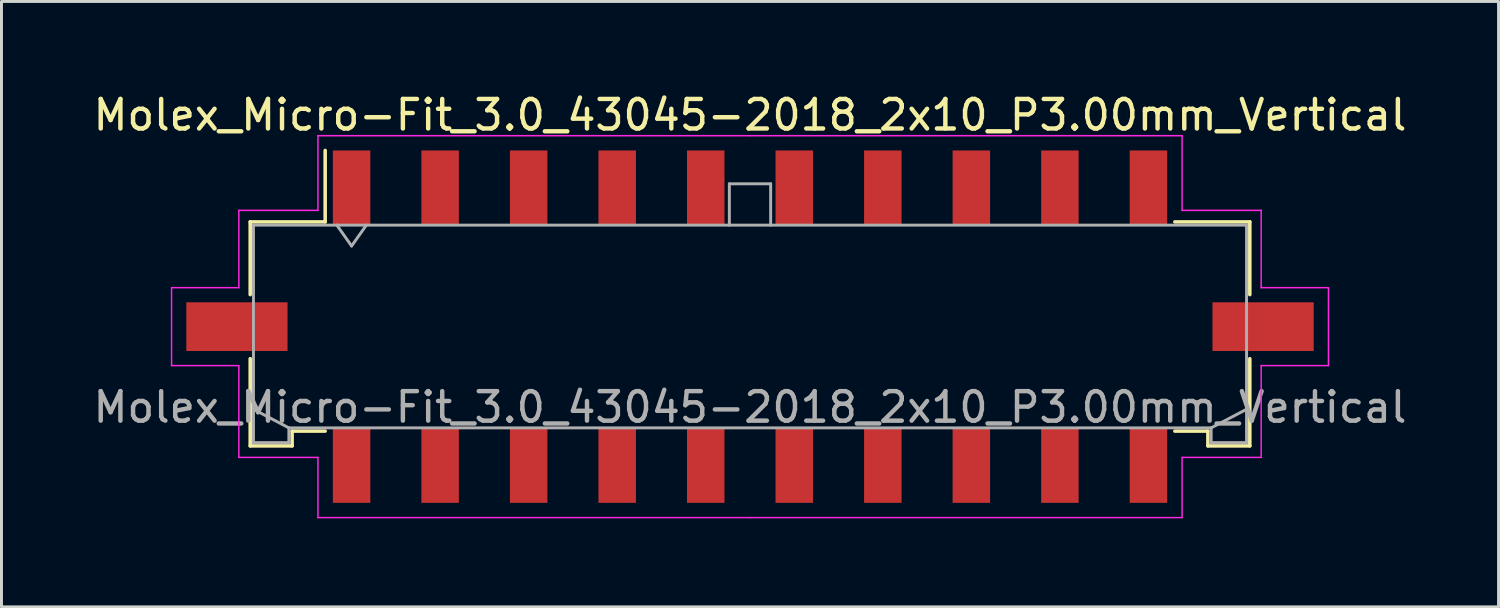
<source format=kicad_pcb>
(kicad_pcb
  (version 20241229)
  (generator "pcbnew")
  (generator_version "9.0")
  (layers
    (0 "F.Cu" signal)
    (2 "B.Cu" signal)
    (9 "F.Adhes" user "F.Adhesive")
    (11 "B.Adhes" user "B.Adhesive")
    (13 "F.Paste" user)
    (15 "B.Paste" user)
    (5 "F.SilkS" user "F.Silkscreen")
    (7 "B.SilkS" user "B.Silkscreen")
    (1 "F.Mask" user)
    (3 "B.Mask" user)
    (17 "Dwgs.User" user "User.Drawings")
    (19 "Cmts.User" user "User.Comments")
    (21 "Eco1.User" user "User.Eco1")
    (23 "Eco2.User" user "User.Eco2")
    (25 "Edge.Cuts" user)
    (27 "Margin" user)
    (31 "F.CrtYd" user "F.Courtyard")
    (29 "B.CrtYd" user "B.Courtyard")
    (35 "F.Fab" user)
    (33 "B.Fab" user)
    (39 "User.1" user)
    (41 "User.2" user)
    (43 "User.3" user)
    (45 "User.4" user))
  (footprint "Molex_Micro-Fit_3.0_43045-2018_2x10_P3.00mm_Vertical"
    (layer "F.Cu")
    (at 22.363 8.018)
    (property "Reference" "Molex_Micro-Fit_3.0_43045-2018_2x10_P3.00mm_Vertical" (at 0 -7.17 0) (layer "F.SilkS") (effects (font (size 1 1) (thickness 0.15))))
    (attr smd)
    (fp_line (start -16.935 -3.55) (end -14.395 -3.55) (stroke (width 0.12) (type solid)) (layer "F.SilkS"))
    (fp_line (start -16.935 -1.085) (end -16.935 -3.55) (stroke (width 0.12) (type solid)) (layer "F.SilkS"))
    (fp_line (start -16.935 1.085) (end -16.935 4.04) (stroke (width 0.12) (type solid)) (layer "F.SilkS"))
    (fp_line (start -16.935 4.04) (end -15.515 4.04) (stroke (width 0.12) (type solid)) (layer "F.SilkS"))
    (fp_line (start -15.515 3.54) (end -14.395 3.54) (stroke (width 0.12) (type solid)) (layer "F.SilkS"))
    (fp_line (start -15.515 4.04) (end -15.515 3.54) (stroke (width 0.12) (type solid)) (layer "F.SilkS"))
    (fp_line (start -14.395 -3.55) (end -14.395 -5.97) (stroke (width 0.12) (type solid)) (layer "F.SilkS"))
    (fp_line (start 15.515 3.54) (end 14.395 3.54) (stroke (width 0.12) (type solid)) (layer "F.SilkS"))
    (fp_line (start 15.515 4.04) (end 15.515 3.54) (stroke (width 0.12) (type solid)) (layer "F.SilkS"))
    (fp_line (start 16.935 -3.55) (end 14.395 -3.55) (stroke (width 0.12) (type solid)) (layer "F.SilkS"))
    (fp_line (start 16.935 -1.085) (end 16.935 -3.55) (stroke (width 0.12) (type solid)) (layer "F.SilkS"))
    (fp_line (start 16.935 1.085) (end 16.935 4.04) (stroke (width 0.12) (type solid)) (layer "F.SilkS"))
    (fp_line (start 16.935 4.04) (end 15.515 4.04) (stroke (width 0.12) (type solid)) (layer "F.SilkS"))
    (fp_line (start -19.6 -1.32) (end -19.6 1.32) (stroke (width 0.05) (type solid)) (layer "F.CrtYd"))
    (fp_line (start -19.6 1.32) (end -17.32 1.32) (stroke (width 0.05) (type solid)) (layer "F.CrtYd"))
    (fp_line (start -17.32 -3.94) (end -17.32 -1.32) (stroke (width 0.05) (type solid)) (layer "F.CrtYd"))
    (fp_line (start -17.32 -1.32) (end -19.6 -1.32) (stroke (width 0.05) (type solid)) (layer "F.CrtYd"))
    (fp_line (start -17.32 1.32) (end -17.32 4.43) (stroke (width 0.05) (type solid)) (layer "F.CrtYd"))
    (fp_line (start -17.32 4.43) (end -14.64 4.43) (stroke (width 0.05) (type solid)) (layer "F.CrtYd"))
    (fp_line (start -14.64 -6.47) (end -14.64 -3.94) (stroke (width 0.05) (type solid)) (layer "F.CrtYd"))
    (fp_line (start -14.64 -3.94) (end -17.32 -3.94) (stroke (width 0.05) (type solid)) (layer "F.CrtYd"))
    (fp_line (start -14.64 4.43) (end -14.64 6.47) (stroke (width 0.05) (type solid)) (layer "F.CrtYd"))
    (fp_line (start -14.64 6.47) (end 0 6.47) (stroke (width 0.05) (type solid)) (layer "F.CrtYd"))
    (fp_line (start 0 -6.47) (end -14.64 -6.47) (stroke (width 0.05) (type solid)) (layer "F.CrtYd"))
    (fp_line (start 0 -6.47) (end 14.64 -6.47) (stroke (width 0.05) (type solid)) (layer "F.CrtYd"))
    (fp_line (start 14.64 -6.47) (end 14.64 -3.94) (stroke (width 0.05) (type solid)) (layer "F.CrtYd"))
    (fp_line (start 14.64 -3.94) (end 17.32 -3.94) (stroke (width 0.05) (type solid)) (layer "F.CrtYd"))
    (fp_line (start 14.64 4.43) (end 14.64 6.47) (stroke (width 0.05) (type solid)) (layer "F.CrtYd"))
    (fp_line (start 14.64 6.47) (end 0 6.47) (stroke (width 0.05) (type solid)) (layer "F.CrtYd"))
    (fp_line (start 17.32 -3.94) (end 17.32 -1.32) (stroke (width 0.05) (type solid)) (layer "F.CrtYd"))
    (fp_line (start 17.32 -1.32) (end 19.6 -1.32) (stroke (width 0.05) (type solid)) (layer "F.CrtYd"))
    (fp_line (start 17.32 1.32) (end 17.32 4.43) (stroke (width 0.05) (type solid)) (layer "F.CrtYd"))
    (fp_line (start 17.32 4.43) (end 14.64 4.43) (stroke (width 0.05) (type solid)) (layer "F.CrtYd"))
    (fp_line (start 19.6 -1.32) (end 19.6 1.32) (stroke (width 0.05) (type solid)) (layer "F.CrtYd"))
    (fp_line (start 19.6 1.32) (end 17.32 1.32) (stroke (width 0.05) (type solid)) (layer "F.CrtYd"))
    (fp_line (start -16.825 -3.44) (end -16.825 3.93) (stroke (width 0.1) (type solid)) (layer "F.Fab"))
    (fp_line (start -16.825 2.8) (end -15.625 3.43) (stroke (width 0.1) (type solid)) (layer "F.Fab"))
    (fp_line (start -16.825 3.93) (end -15.625 3.93) (stroke (width 0.1) (type solid)) (layer "F.Fab"))
    (fp_line (start -15.625 3.43) (end 15.625 3.43) (stroke (width 0.1) (type solid)) (layer "F.Fab"))
    (fp_line (start -15.625 3.93) (end -15.625 3.43) (stroke (width 0.1) (type solid)) (layer "F.Fab"))
    (fp_line (start -14 -3.44) (end -13.5 -2.733) (stroke (width 0.1) (type solid)) (layer "F.Fab"))
    (fp_line (start -13.5 -2.733) (end -13 -3.44) (stroke (width 0.1) (type solid)) (layer "F.Fab"))
    (fp_line (start -0.7 -4.84) (end 0.7 -4.84) (stroke (width 0.1) (type solid)) (layer "F.Fab"))
    (fp_line (start -0.7 -3.44) (end -0.7 -4.84) (stroke (width 0.1) (type solid)) (layer "F.Fab"))
    (fp_line (start 0.7 -4.84) (end 0.7 -3.44) (stroke (width 0.1) (type solid)) (layer "F.Fab"))
    (fp_line (start 15.625 3.43) (end 15.625 3.93) (stroke (width 0.1) (type solid)) (layer "F.Fab"))
    (fp_line (start 15.625 3.93) (end 16.825 3.93) (stroke (width 0.1) (type solid)) (layer "F.Fab"))
    (fp_line (start 16.825 -3.44) (end -16.825 -3.44) (stroke (width 0.1) (type solid)) (layer "F.Fab"))
    (fp_line (start 16.825 2.8) (end 15.625 3.43) (stroke (width 0.1) (type solid)) (layer "F.Fab"))
    (fp_line (start 16.825 3.93) (end 16.825 -3.44) (stroke (width 0.1) (type solid)) (layer "F.Fab"))
    (fp_text user "${REFERENCE}" (at 0 2.73 0) (layer "F.Fab") (effects (font (size 1 1) (thickness 0.15))))
    (pad "" smd rect (at -17.385 0) (size 3.43 1.65) (layers "F.Cu" "F.Mask" "F.Paste"))
    (pad "" smd rect (at 17.385 0) (size 3.43 1.65) (layers "F.Cu" "F.Mask" "F.Paste"))
    (pad "1" smd rect (at -13.5 -4.7) (size 1.27 2.54) (layers "F.Cu" "F.Mask" "F.Paste"))
    (pad "2" smd rect (at -10.5 -4.7) (size 1.27 2.54) (layers "F.Cu" "F.Mask" "F.Paste"))
    (pad "3" smd rect (at -7.5 -4.7) (size 1.27 2.54) (layers "F.Cu" "F.Mask" "F.Paste"))
    (pad "4" smd rect (at -4.5 -4.7) (size 1.27 2.54) (layers "F.Cu" "F.Mask" "F.Paste"))
    (pad "5" smd rect (at -1.5 -4.7) (size 1.27 2.54) (layers "F.Cu" "F.Mask" "F.Paste"))
    (pad "6" smd rect (at 1.5 -4.7) (size 1.27 2.54) (layers "F.Cu" "F.Mask" "F.Paste"))
    (pad "7" smd rect (at 4.5 -4.7) (size 1.27 2.54) (layers "F.Cu" "F.Mask" "F.Paste"))
    (pad "8" smd rect (at 7.5 -4.7) (size 1.27 2.54) (layers "F.Cu" "F.Mask" "F.Paste"))
    (pad "9" smd rect (at 10.5 -4.7) (size 1.27 2.54) (layers "F.Cu" "F.Mask" "F.Paste"))
    (pad "10" smd rect (at 13.5 -4.7) (size 1.27 2.54) (layers "F.Cu" "F.Mask" "F.Paste"))
    (pad "11" smd rect (at -13.5 4.7) (size 1.27 2.54) (layers "F.Cu" "F.Mask" "F.Paste"))
    (pad "12" smd rect (at -10.5 4.7) (size 1.27 2.54) (layers "F.Cu" "F.Mask" "F.Paste"))
    (pad "13" smd rect (at -7.5 4.7) (size 1.27 2.54) (layers "F.Cu" "F.Mask" "F.Paste"))
    (pad "14" smd rect (at -4.5 4.7) (size 1.27 2.54) (layers "F.Cu" "F.Mask" "F.Paste"))
    (pad "15" smd rect (at -1.5 4.7) (size 1.27 2.54) (layers "F.Cu" "F.Mask" "F.Paste"))
    (pad "16" smd rect (at 1.5 4.7) (size 1.27 2.54) (layers "F.Cu" "F.Mask" "F.Paste"))
    (pad "17" smd rect (at 4.5 4.7) (size 1.27 2.54) (layers "F.Cu" "F.Mask" "F.Paste"))
    (pad "18" smd rect (at 7.5 4.7) (size 1.27 2.54) (layers "F.Cu" "F.Mask" "F.Paste"))
    (pad "19" smd rect (at 10.5 4.7) (size 1.27 2.54) (layers "F.Cu" "F.Mask" "F.Paste"))
    (pad "20" smd rect (at 13.5 4.7) (size 1.27 2.54) (layers "F.Cu" "F.Mask" "F.Paste")))
  (gr_rect
    (start -3 -3)
    (end 47.726 17.513)
    (stroke (width 0.1) (type default))
    (fill no)
    (layer "Edge.Cuts")))
</source>
